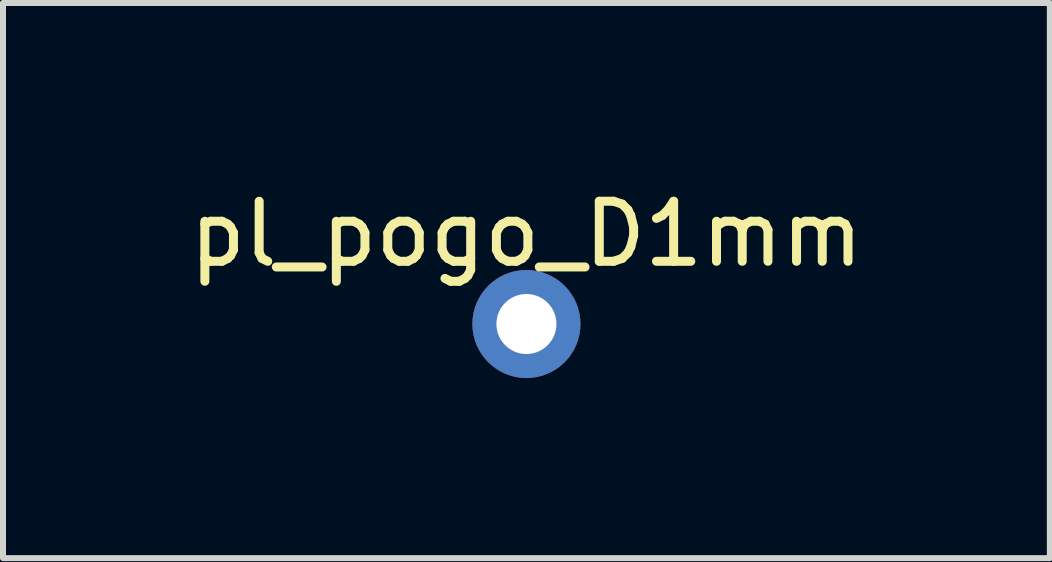
<source format=kicad_pcb>
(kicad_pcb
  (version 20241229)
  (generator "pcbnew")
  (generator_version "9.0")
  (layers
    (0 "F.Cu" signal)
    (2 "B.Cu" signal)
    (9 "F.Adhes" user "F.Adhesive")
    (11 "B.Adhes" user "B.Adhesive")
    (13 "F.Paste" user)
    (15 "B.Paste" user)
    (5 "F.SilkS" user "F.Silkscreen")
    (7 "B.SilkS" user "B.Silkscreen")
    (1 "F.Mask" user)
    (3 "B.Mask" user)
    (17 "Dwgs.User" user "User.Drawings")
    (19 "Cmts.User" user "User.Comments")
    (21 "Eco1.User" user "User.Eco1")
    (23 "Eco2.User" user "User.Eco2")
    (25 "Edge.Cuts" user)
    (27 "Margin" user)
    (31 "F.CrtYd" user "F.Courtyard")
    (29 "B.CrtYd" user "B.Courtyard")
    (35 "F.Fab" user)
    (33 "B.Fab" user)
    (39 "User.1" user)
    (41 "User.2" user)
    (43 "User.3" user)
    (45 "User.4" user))
  (footprint "pl_pogo_D1mm"
    (layer "F.Cu")
    (at 5.72 2.348)
    (property "Reference" "pl_pogo_D1mm" (at 0 -1.5 0) (layer "F.SilkS") (effects (font (size 1 1) (thickness 0.15))))
    (attr through_hole)
    (pad "1" thru_hole circle (at 0 0) (size 1.8 1.8) (drill 1) (layers "*.Cu" "*.Mask")))
  (gr_rect
    (start -3 -3)
    (end 14.44 6.248)
    (stroke (width 0.1) (type default))
    (fill no)
    (layer "Edge.Cuts")))
</source>
